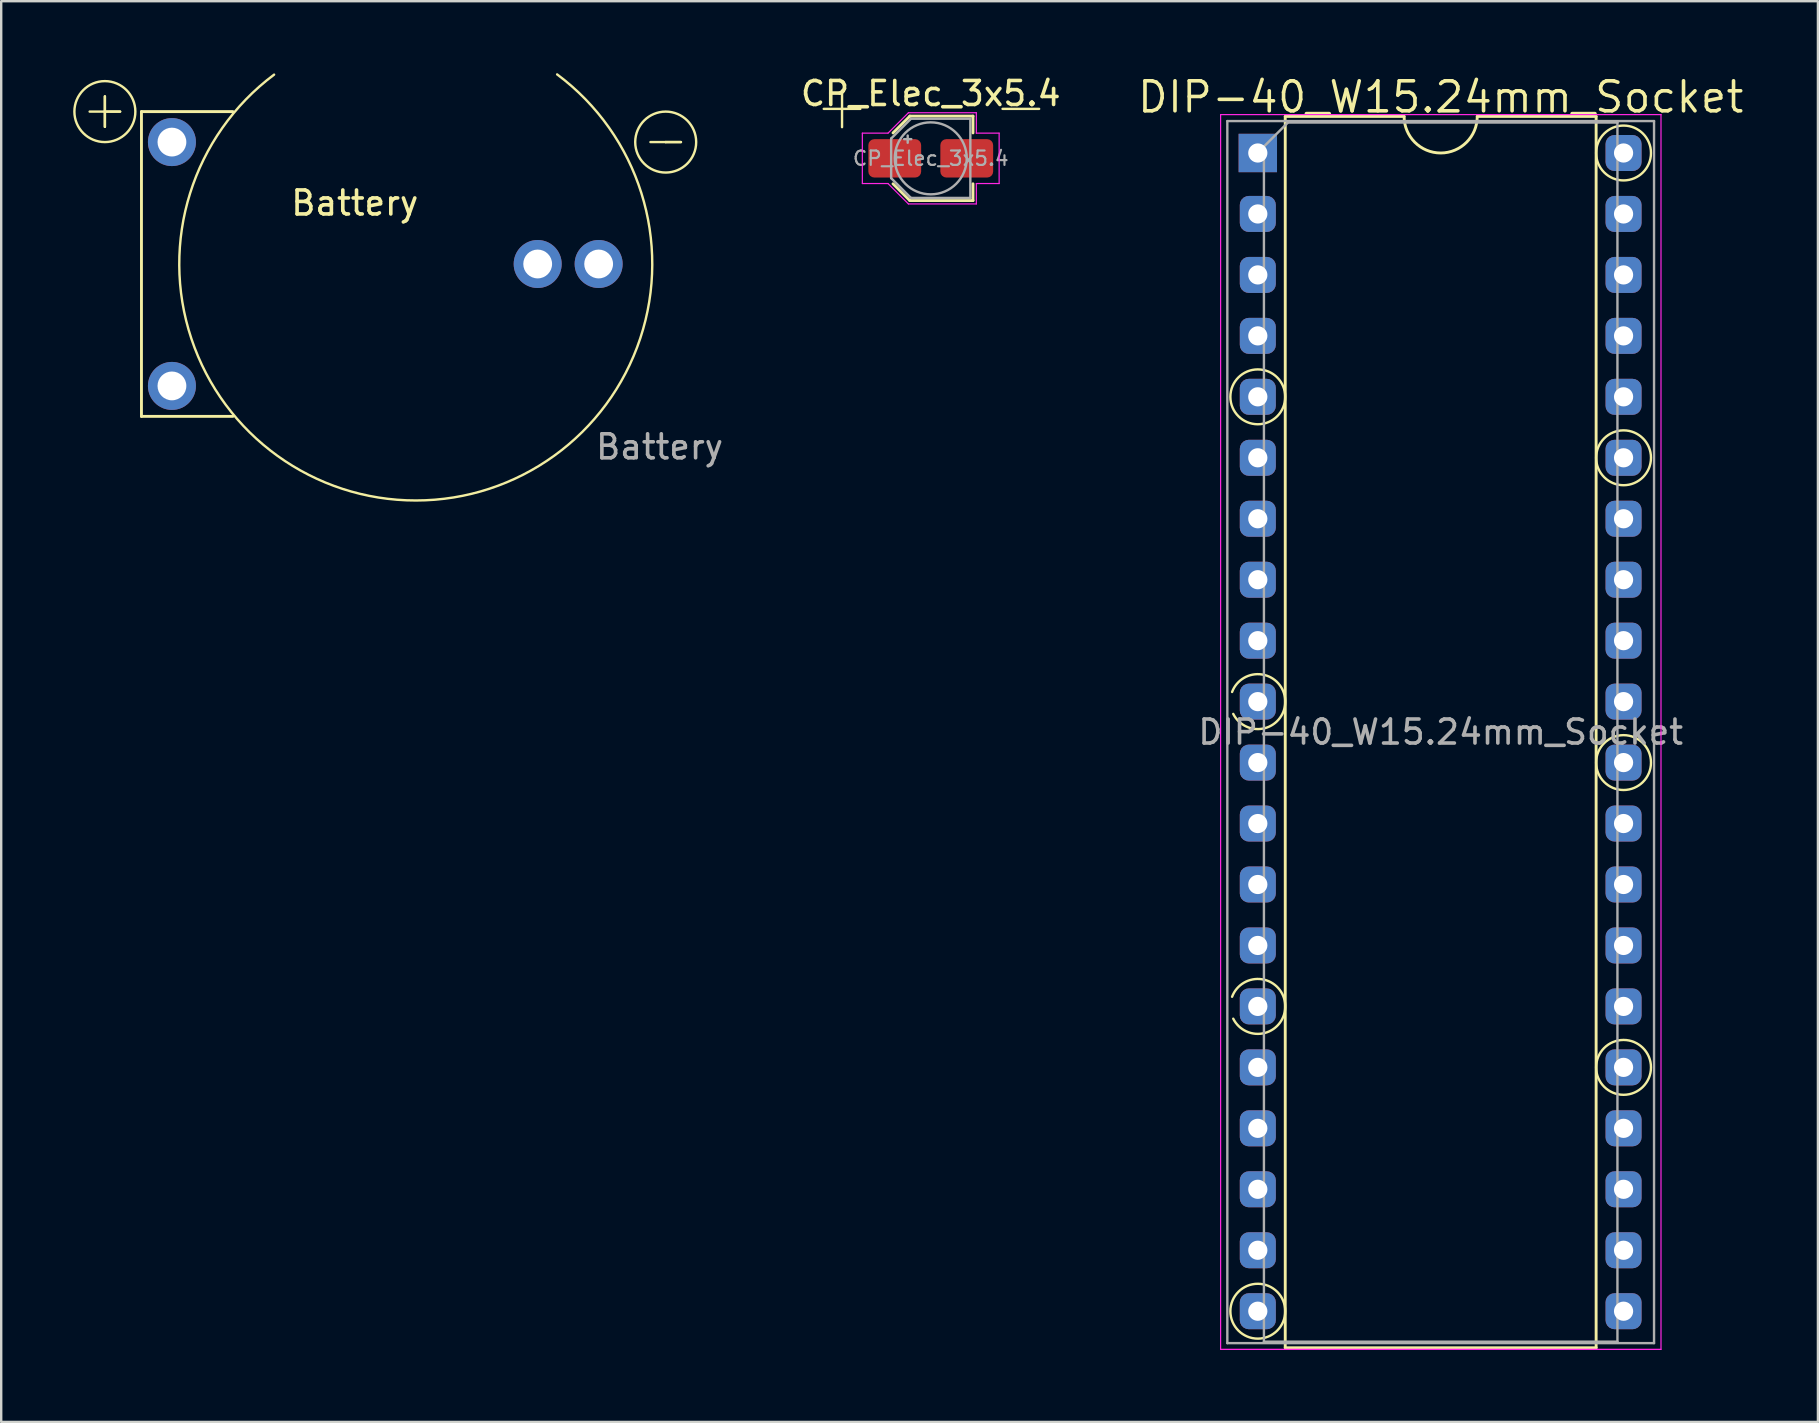
<source format=kicad_pcb>
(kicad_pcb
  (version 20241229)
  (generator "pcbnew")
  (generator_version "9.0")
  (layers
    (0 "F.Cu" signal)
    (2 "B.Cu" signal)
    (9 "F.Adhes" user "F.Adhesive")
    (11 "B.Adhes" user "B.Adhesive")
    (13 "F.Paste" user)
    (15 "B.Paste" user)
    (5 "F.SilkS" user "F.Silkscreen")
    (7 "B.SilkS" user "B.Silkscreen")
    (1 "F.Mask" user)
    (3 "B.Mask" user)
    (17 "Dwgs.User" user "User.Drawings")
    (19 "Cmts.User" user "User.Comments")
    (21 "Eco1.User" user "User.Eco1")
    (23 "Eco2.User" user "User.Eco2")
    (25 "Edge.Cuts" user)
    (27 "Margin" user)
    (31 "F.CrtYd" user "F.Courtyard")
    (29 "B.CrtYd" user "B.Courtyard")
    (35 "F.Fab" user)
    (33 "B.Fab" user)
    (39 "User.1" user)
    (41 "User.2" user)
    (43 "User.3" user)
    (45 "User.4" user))
  (footprint "Battery"
    (layer "F.Cu")
    (at 4.114 7.95)
    (property "Reference" "Battery" (at 7.62 -2.54 0) (layer "F.SilkS") (effects (font (size 1 1) (thickness 0.15))))
    (attr through_hole)
    (fp_line (start -2.794 -6.985) (end -2.794 -6.35) (stroke (width 0.1) (type default)) (layer "F.SilkS"))
    (fp_line (start -2.794 -6.35) (end -3.429 -6.35) (stroke (width 0.1) (type default)) (layer "F.SilkS"))
    (fp_line (start -2.794 -6.35) (end -2.794 -6.985) (stroke (width 0.1) (type default)) (layer "F.SilkS"))
    (fp_line (start -2.794 -6.35) (end -2.794 -5.715) (stroke (width 0.1) (type default)) (layer "F.SilkS"))
    (fp_line (start -2.794 -6.35) (end -2.159 -6.35) (stroke (width 0.1) (type default)) (layer "F.SilkS"))
    (fp_line (start -2.794 -5.715) (end -2.794 -6.35) (stroke (width 0.1) (type default)) (layer "F.SilkS"))
    (fp_line (start -2.159 -6.35) (end -2.794 -6.35) (stroke (width 0.1) (type default)) (layer "F.SilkS"))
    (fp_line (start -1.27 -6.35) (end -1.27 6.35) (stroke (width 0.12) (type solid)) (layer "F.SilkS"))
    (fp_line (start -1.27 6.35) (end 2.54 6.35) (stroke (width 0.12) (type solid)) (layer "F.SilkS"))
    (fp_line (start 2.54 -6.35) (end -1.27 -6.35) (stroke (width 0.12) (type solid)) (layer "F.SilkS"))
    (fp_line (start 20.574 -5.08) (end 19.939 -5.08) (stroke (width 0.1) (type default)) (layer "F.SilkS"))
    (fp_line (start 20.574 -5.08) (end 21.209 -5.08) (stroke (width 0.1) (type default)) (layer "F.SilkS"))
    (fp_line (start 21.209 -5.08) (end 20.574 -5.08) (stroke (width 0.1) (type default)) (layer "F.SilkS"))
    (fp_arc (start 16.05 -7.899999) (mid 10.168007 9.854036) (end 4.257169 -7.890416) (stroke (width 0.1) (type default)) (layer "F.SilkS"))
    (fp_circle (center -2.794 -6.35) (end -1.524 -6.35) (stroke (width 0.1) (type default)) (fill no) (layer "F.SilkS"))
    (fp_circle (center 20.574 -5.08) (end 21.844 -5.08) (stroke (width 0.1) (type default)) (fill no) (layer "F.SilkS"))
    (fp_text user "${REFERENCE}" (at 20.32 7.62 180) (layer "F.Fab") (effects (font (size 1 1) (thickness 0.15))))
    (pad "1" thru_hole oval (at 0 -5.08 90) (size 2 2) (drill 1.2) (layers "*.Cu" "*.Mask"))
    (pad "1" thru_hole oval (at 0 5.08 90) (size 2 2) (drill 1.2) (layers "*.Cu" "*.Mask"))
    (pad "2" thru_hole oval (at 15.24 0 90) (size 2 2) (drill 1.2) (layers "*.Cu" "*.Mask"))
    (pad "2" thru_hole oval (at 17.78 0 90) (size 2 2) (drill 1.2) (layers "*.Cu" "*.Mask")))
  (footprint "CP_Elec_3x5.4"
    (layer "F.Cu")
    (at 35.732 3.548)
    (property "Reference" "CP_Elec_3x5.4" (at 0 -2.7 0) (layer "F.SilkS") (effects (font (size 1 1) (thickness 0.15))))
    (attr smd)
    (fp_line (start -1.571 -1.06) (end -0.871 -1.76) (stroke (width 0.12) (type solid)) (layer "F.SilkS"))
    (fp_line (start -1.571 1.06) (end -0.871 1.76) (stroke (width 0.12) (type solid)) (layer "F.SilkS"))
    (fp_line (start -0.871 -1.76) (end 1.76 -1.76) (stroke (width 0.12) (type solid)) (layer "F.SilkS"))
    (fp_line (start -0.871 1.76) (end 1.76 1.76) (stroke (width 0.12) (type solid)) (layer "F.SilkS"))
    (fp_line (start 1.76 -1.76) (end 1.76 -1.06) (stroke (width 0.12) (type solid)) (layer "F.SilkS"))
    (fp_line (start 1.76 1.76) (end 1.76 1.06) (stroke (width 0.12) (type solid)) (layer "F.SilkS"))
    (fp_line (start -2.85 -1.05) (end -2.85 1.05) (stroke (width 0.05) (type solid)) (layer "F.CrtYd"))
    (fp_line (start -2.85 1.05) (end -1.78 1.05) (stroke (width 0.05) (type solid)) (layer "F.CrtYd"))
    (fp_line (start -1.78 -1.05) (end -2.85 -1.05) (stroke (width 0.05) (type solid)) (layer "F.CrtYd"))
    (fp_line (start -1.78 -1.05) (end -0.93 -1.9) (stroke (width 0.05) (type solid)) (layer "F.CrtYd"))
    (fp_line (start -1.78 1.05) (end -0.93 1.9) (stroke (width 0.05) (type solid)) (layer "F.CrtYd"))
    (fp_line (start -0.93 -1.9) (end 1.9 -1.9) (stroke (width 0.05) (type solid)) (layer "F.CrtYd"))
    (fp_line (start -0.93 1.9) (end 1.9 1.9) (stroke (width 0.05) (type solid)) (layer "F.CrtYd"))
    (fp_line (start 1.9 -1.9) (end 1.9 -1.05) (stroke (width 0.05) (type solid)) (layer "F.CrtYd"))
    (fp_line (start 1.9 -1.05) (end 2.85 -1.05) (stroke (width 0.05) (type solid)) (layer "F.CrtYd"))
    (fp_line (start 1.9 1.05) (end 1.9 1.9) (stroke (width 0.05) (type solid)) (layer "F.CrtYd"))
    (fp_line (start 2.85 -1.05) (end 2.85 1.05) (stroke (width 0.05) (type solid)) (layer "F.CrtYd"))
    (fp_line (start 2.85 1.05) (end 1.9 1.05) (stroke (width 0.05) (type solid)) (layer "F.CrtYd"))
    (fp_line (start -1.65 -0.825) (end -1.65 0.825) (stroke (width 0.1) (type solid)) (layer "F.Fab"))
    (fp_line (start -1.65 -0.825) (end -0.825 -1.65) (stroke (width 0.1) (type solid)) (layer "F.Fab"))
    (fp_line (start -1.65 0.825) (end -0.825 1.65) (stroke (width 0.1) (type solid)) (layer "F.Fab"))
    (fp_line (start -1.11 -0.8) (end -0.81 -0.8) (stroke (width 0.1) (type solid)) (layer "F.Fab"))
    (fp_line (start -0.96 -0.95) (end -0.96 -0.65) (stroke (width 0.1) (type solid)) (layer "F.Fab"))
    (fp_line (start -0.825 -1.65) (end 1.65 -1.65) (stroke (width 0.1) (type solid)) (layer "F.Fab"))
    (fp_line (start -0.825 1.65) (end 1.65 1.65) (stroke (width 0.1) (type solid)) (layer "F.Fab"))
    (fp_line (start 1.65 -1.65) (end 1.65 1.65) (stroke (width 0.1) (type solid)) (layer "F.Fab"))
    (fp_circle (center 0 0) (end 1.5 0) (stroke (width 0.1) (type solid)) (fill no) (layer "F.Fab"))
    (fp_text user "+" (at -5 -1.05 0) (unlocked yes) (layer "F.SilkS") (effects (font (size 2 2) (thickness 0.1)) (justify left bottom)))
    (fp_text user "-" (at 2.45 -1.05 0) (unlocked yes) (layer "F.SilkS") (effects (font (size 2 2) (thickness 0.1)) (justify left bottom)))
    (fp_text user "${REFERENCE}" (at 0 0 0) (layer "F.Fab") (effects (font (size 0.6 0.6) (thickness 0.09))))
    (pad "1" smd roundrect (at -1.5 0) (size 2.2 1.6) (layers "F.Cu" "F.Mask" "F.Paste") (roundrect_rratio 0.156))
    (pad "2" smd roundrect (at 1.5 0) (size 2.2 1.6) (layers "F.Cu" "F.Mask" "F.Paste") (roundrect_rratio 0.156)))
  (footprint "DIP-40_W15.24mm_Socket"
    (layer "F.Cu")
    (at 49.36 3.325)
    (property "Reference" "DIP-40_W15.24mm_Socket" (at 7.62 -2.33 0) (layer "F.SilkS") (effects (font (size 1.25 1.25) (thickness 0.15))))
    (attr through_hole)
    (fp_line (start 1.143 -1.524) (end 1.143 49.784) (stroke (width 0.12) (type solid)) (layer "F.SilkS"))
    (fp_line (start 1.143 49.784) (end 14.097 49.784) (stroke (width 0.12) (type solid)) (layer "F.SilkS"))
    (fp_line (start 6.096 -1.524) (end 1.143 -1.524) (stroke (width 0.12) (type solid)) (layer "F.SilkS"))
    (fp_line (start 14.097 -1.524) (end 9.144 -1.524) (stroke (width 0.12) (type solid)) (layer "F.SilkS"))
    (fp_line (start 14.097 49.784) (end 14.097 -1.524) (stroke (width 0.12) (type solid)) (layer "F.SilkS"))
    (fp_arc (start -1.071675 22.458122) (mid 1.142976 22.800009) (end -1.023716 23.371857) (stroke (width 0.1) (type solid)) (layer "F.SilkS"))
    (fp_arc (start -1.071675 35.158122) (mid 1.142976 35.500009) (end -1.023716 36.071857) (stroke (width 0.1) (type solid)) (layer "F.SilkS"))
    (fp_arc (start 9.144 -1.524) (mid 7.62 0) (end 6.096 -1.524) (stroke (width 0.12) (type solid)) (layer "F.SilkS"))
    (fp_circle (center 0 10.16) (end 1.143 10.16) (stroke (width 0.1) (type solid)) (fill no) (layer "F.SilkS"))
    (fp_circle (center 0 48.26) (end 1.143 48.26) (stroke (width 0.1) (type solid)) (fill no) (layer "F.SilkS"))
    (fp_circle (center 15.24 0) (end 16.383 0) (stroke (width 0.1) (type solid)) (fill no) (layer "F.SilkS"))
    (fp_circle (center 15.24 12.7) (end 16.383 12.7) (stroke (width 0.1) (type solid)) (fill no) (layer "F.SilkS"))
    (fp_circle (center 15.24 25.4) (end 16.383 25.4) (stroke (width 0.1) (type solid)) (fill no) (layer "F.SilkS"))
    (fp_circle (center 15.24 38.1) (end 16.383 38.1) (stroke (width 0.1) (type solid)) (fill no) (layer "F.SilkS"))
    (fp_line (start -1.55 -1.6) (end -1.55 49.85) (stroke (width 0.05) (type solid)) (layer "F.CrtYd"))
    (fp_line (start -1.55 49.85) (end 16.8 49.85) (stroke (width 0.05) (type solid)) (layer "F.CrtYd"))
    (fp_line (start 16.8 -1.6) (end -1.55 -1.6) (stroke (width 0.05) (type solid)) (layer "F.CrtYd"))
    (fp_line (start 16.8 49.85) (end 16.8 -1.6) (stroke (width 0.05) (type solid)) (layer "F.CrtYd"))
    (fp_line (start -1.27 -1.33) (end -1.27 49.59) (stroke (width 0.1) (type solid)) (layer "F.Fab"))
    (fp_line (start -1.27 49.59) (end 16.51 49.59) (stroke (width 0.1) (type solid)) (layer "F.Fab"))
    (fp_line (start 0.255 -0.27) (end 1.255 -1.27) (stroke (width 0.1) (type solid)) (layer "F.Fab"))
    (fp_line (start 0.255 49.53) (end 0.255 -0.27) (stroke (width 0.1) (type solid)) (layer "F.Fab"))
    (fp_line (start 1.255 -1.27) (end 14.985 -1.27) (stroke (width 0.1) (type solid)) (layer "F.Fab"))
    (fp_line (start 14.985 -1.27) (end 14.985 49.53) (stroke (width 0.1) (type solid)) (layer "F.Fab"))
    (fp_line (start 14.985 49.53) (end 0.255 49.53) (stroke (width 0.1) (type solid)) (layer "F.Fab"))
    (fp_line (start 16.51 -1.33) (end -1.27 -1.33) (stroke (width 0.1) (type solid)) (layer "F.Fab"))
    (fp_line (start 16.51 49.59) (end 16.51 -1.33) (stroke (width 0.1) (type solid)) (layer "F.Fab"))
    (fp_text user "${REFERENCE}" (at 7.62 24.13 0) (layer "F.Fab") (effects (font (size 1 1) (thickness 0.15))))
    (pad "1" thru_hole rect (at 0 0) (size 1.6 1.6) (drill 0.8) (layers "*.Cu" "*.Mask"))
    (pad "2" thru_hole roundrect (at 0 2.54) (size 1.5 1.5) (drill 0.8) (layers "*.Cu" "*.Mask") (roundrect_rratio 0.25))
    (pad "3" thru_hole roundrect (at 0 5.08) (size 1.5 1.5) (drill 0.8) (layers "*.Cu" "*.Mask") (roundrect_rratio 0.25))
    (pad "4" thru_hole roundrect (at 0 7.62) (size 1.5 1.5) (drill 0.8) (layers "*.Cu" "*.Mask") (roundrect_rratio 0.25))
    (pad "5" thru_hole roundrect (at 0 10.16) (size 1.5 1.5) (drill 0.8) (layers "*.Cu" "*.Mask") (roundrect_rratio 0.25))
    (pad "6" thru_hole roundrect (at 0 12.7) (size 1.5 1.5) (drill 0.8) (layers "*.Cu" "*.Mask") (roundrect_rratio 0.25))
    (pad "7" thru_hole roundrect (at 0 15.24) (size 1.5 1.5) (drill 0.8) (layers "*.Cu" "*.Mask") (roundrect_rratio 0.25))
    (pad "8" thru_hole roundrect (at 0 17.78) (size 1.5 1.5) (drill 0.8) (layers "*.Cu" "*.Mask") (roundrect_rratio 0.25))
    (pad "9" thru_hole roundrect (at 0 20.32) (size 1.5 1.5) (drill 0.8) (layers "*.Cu" "*.Mask") (roundrect_rratio 0.25))
    (pad "10" thru_hole roundrect (at 0 22.86) (size 1.5 1.5) (drill 0.8) (layers "*.Cu" "*.Mask") (roundrect_rratio 0.25))
    (pad "11" thru_hole roundrect (at 0 25.4) (size 1.5 1.5) (drill 0.8) (layers "*.Cu" "*.Mask") (roundrect_rratio 0.25))
    (pad "12" thru_hole roundrect (at 0 27.94) (size 1.5 1.5) (drill 0.8) (layers "*.Cu" "*.Mask") (roundrect_rratio 0.25))
    (pad "13" thru_hole roundrect (at 0 30.48) (size 1.5 1.5) (drill 0.8) (layers "*.Cu" "*.Mask") (roundrect_rratio 0.25))
    (pad "14" thru_hole roundrect (at 0 33.02) (size 1.5 1.5) (drill 0.8) (layers "*.Cu" "*.Mask") (roundrect_rratio 0.25))
    (pad "15" thru_hole roundrect (at 0 35.56) (size 1.5 1.5) (drill 0.8) (layers "*.Cu" "*.Mask") (roundrect_rratio 0.25))
    (pad "16" thru_hole roundrect (at 0 38.1) (size 1.5 1.5) (drill 0.8) (layers "*.Cu" "*.Mask") (roundrect_rratio 0.25))
    (pad "17" thru_hole roundrect (at 0 40.64) (size 1.5 1.5) (drill 0.8) (layers "*.Cu" "*.Mask") (roundrect_rratio 0.25))
    (pad "18" thru_hole roundrect (at 0 43.18) (size 1.5 1.5) (drill 0.8) (layers "*.Cu" "*.Mask") (roundrect_rratio 0.25))
    (pad "19" thru_hole roundrect (at 0 45.72) (size 1.5 1.5) (drill 0.8) (layers "*.Cu" "*.Mask") (roundrect_rratio 0.25))
    (pad "20" thru_hole roundrect (at 0 48.26) (size 1.5 1.5) (drill 0.8) (layers "*.Cu" "*.Mask") (roundrect_rratio 0.25))
    (pad "21" thru_hole roundrect (at 15.24 48.26) (size 1.5 1.5) (drill 0.8) (layers "*.Cu" "*.Mask") (roundrect_rratio 0.25))
    (pad "22" thru_hole roundrect (at 15.24 45.72) (size 1.5 1.5) (drill 0.8) (layers "*.Cu" "*.Mask") (roundrect_rratio 0.25))
    (pad "23" thru_hole roundrect (at 15.24 43.18) (size 1.5 1.5) (drill 0.8) (layers "*.Cu" "*.Mask") (roundrect_rratio 0.25))
    (pad "24" thru_hole roundrect (at 15.24 40.64) (size 1.5 1.5) (drill 0.8) (layers "*.Cu" "*.Mask") (roundrect_rratio 0.25))
    (pad "25" thru_hole roundrect (at 15.24 38.1) (size 1.5 1.5) (drill 0.8) (layers "*.Cu" "*.Mask") (roundrect_rratio 0.25))
    (pad "26" thru_hole roundrect (at 15.24 35.56) (size 1.5 1.5) (drill 0.8) (layers "*.Cu" "*.Mask") (roundrect_rratio 0.25))
    (pad "27" thru_hole roundrect (at 15.24 33.02) (size 1.5 1.5) (drill 0.8) (layers "*.Cu" "*.Mask") (roundrect_rratio 0.25))
    (pad "28" thru_hole roundrect (at 15.24 30.48) (size 1.5 1.5) (drill 0.8) (layers "*.Cu" "*.Mask") (roundrect_rratio 0.25))
    (pad "29" thru_hole roundrect (at 15.24 27.94) (size 1.5 1.5) (drill 0.8) (layers "*.Cu" "*.Mask") (roundrect_rratio 0.25))
    (pad "30" thru_hole roundrect (at 15.24 25.4) (size 1.5 1.5) (drill 0.8) (layers "*.Cu" "*.Mask") (roundrect_rratio 0.25))
    (pad "31" thru_hole roundrect (at 15.24 22.86) (size 1.5 1.5) (drill 0.8) (layers "*.Cu" "*.Mask") (roundrect_rratio 0.25))
    (pad "32" thru_hole roundrect (at 15.24 20.32) (size 1.5 1.5) (drill 0.8) (layers "*.Cu" "*.Mask") (roundrect_rratio 0.25))
    (pad "33" thru_hole roundrect (at 15.24 17.78) (size 1.5 1.5) (drill 0.8) (layers "*.Cu" "*.Mask") (roundrect_rratio 0.25))
    (pad "34" thru_hole roundrect (at 15.24 15.24) (size 1.5 1.5) (drill 0.8) (layers "*.Cu" "*.Mask") (roundrect_rratio 0.25))
    (pad "35" thru_hole roundrect (at 15.24 12.7) (size 1.5 1.5) (drill 0.8) (layers "*.Cu" "*.Mask") (roundrect_rratio 0.25))
    (pad "36" thru_hole roundrect (at 15.24 10.16) (size 1.5 1.5) (drill 0.8) (layers "*.Cu" "*.Mask") (roundrect_rratio 0.25))
    (pad "37" thru_hole roundrect (at 15.24 7.62) (size 1.5 1.5) (drill 0.8) (layers "*.Cu" "*.Mask") (roundrect_rratio 0.25))
    (pad "38" thru_hole roundrect (at 15.24 5.08) (size 1.5 1.5) (drill 0.8) (layers "*.Cu" "*.Mask") (roundrect_rratio 0.25))
    (pad "39" thru_hole roundrect (at 15.24 2.54) (size 1.5 1.5) (drill 0.8) (layers "*.Cu" "*.Mask") (roundrect_rratio 0.25))
    (pad "40" thru_hole roundrect (at 15.24 0) (size 1.5 1.5) (drill 0.8) (layers "*.Cu" "*.Mask") (roundrect_rratio 0.25)))
  (gr_rect
    (start -3 -3)
    (end 72.699 56.2)
    (stroke (width 0.1) (type default))
    (fill no)
    (layer "Edge.Cuts")))
</source>
